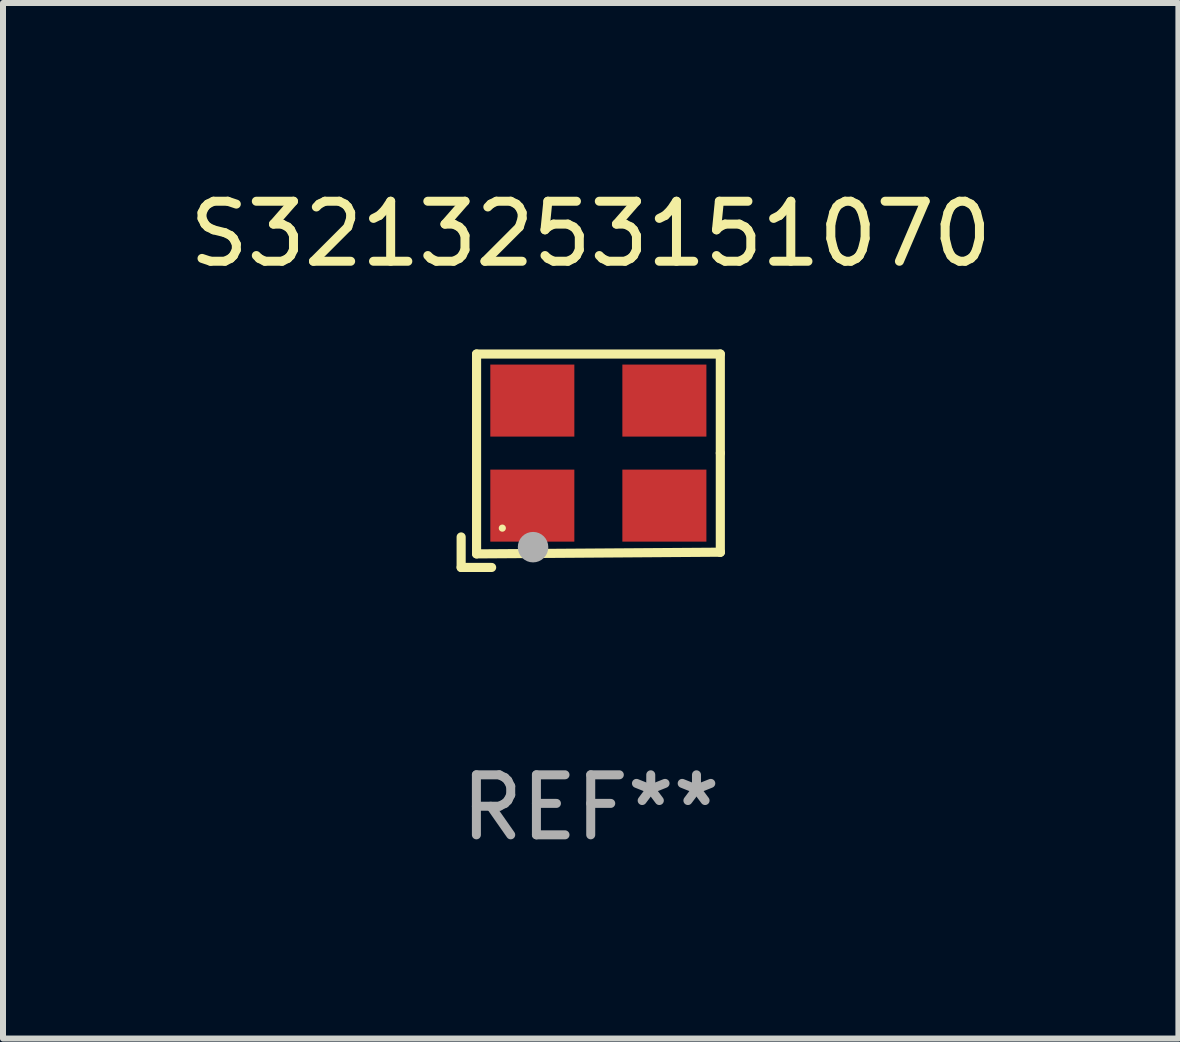
<source format=kicad_pcb>
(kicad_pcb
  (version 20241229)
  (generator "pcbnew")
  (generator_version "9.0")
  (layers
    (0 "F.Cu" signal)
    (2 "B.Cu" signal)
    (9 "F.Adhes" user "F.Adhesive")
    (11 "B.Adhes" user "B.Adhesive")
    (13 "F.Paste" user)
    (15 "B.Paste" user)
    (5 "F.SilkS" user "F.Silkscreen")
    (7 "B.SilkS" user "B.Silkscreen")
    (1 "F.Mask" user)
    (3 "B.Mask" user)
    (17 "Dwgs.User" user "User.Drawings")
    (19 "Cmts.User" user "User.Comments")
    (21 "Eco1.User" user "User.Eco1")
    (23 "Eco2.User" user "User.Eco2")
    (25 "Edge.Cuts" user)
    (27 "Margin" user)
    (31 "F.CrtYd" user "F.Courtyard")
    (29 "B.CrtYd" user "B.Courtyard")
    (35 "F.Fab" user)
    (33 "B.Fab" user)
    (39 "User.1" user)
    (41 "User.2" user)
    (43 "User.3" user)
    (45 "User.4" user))
  (footprint "S3213253151070"
    (layer "F.Cu")
    (at 6.792 4.626)
    (property "Reference" "S3213253151070" (at 0 -3.778 0) (layer "F.SilkS") (effects (font (size 1 1) (thickness 0.15))))
    (attr through_hole)
    (fp_line (start -2.159 1.27) (end -2.159 1.778) (stroke (width 0.152) (type solid)) (layer "F.SilkS"))
    (fp_line (start -2.159 1.778) (end -1.651 1.778) (stroke (width 0.152) (type solid)) (layer "F.SilkS"))
    (fp_line (start -1.902 -1.778) (end 2.159 -1.778) (stroke (width 0.152) (type solid)) (layer "F.SilkS"))
    (fp_line (start -1.902 1.552) (end -1.902 -1.778) (stroke (width 0.152) (type solid)) (layer "F.SilkS"))
    (fp_line (start 2.159 -1.778) (end 2.159 -0.127) (stroke (width 0.152) (type solid)) (layer "F.SilkS"))
    (fp_line (start 2.159 -0.127) (end 2.159 1.524) (stroke (width 0.152) (type solid)) (layer "F.SilkS"))
    (fp_line (start 2.159 1.524) (end -1.902 1.552) (stroke (width 0.152) (type solid)) (layer "F.SilkS"))
    (fp_line (start 2.159 1.524) (end 2.159 1.524) (stroke (width 0.152) (type solid)) (layer "F.SilkS"))
    (fp_circle (center -1.473 1.123) (end -1.443 1.123) (stroke (width 0.06) (type solid)) (fill no) (layer "F.SilkS"))
    (fp_circle (center -0.961 1.44) (end -0.834 1.44) (stroke (width 0.254) (type solid)) (fill no) (layer "F.Fab"))
    (fp_text user "REF**" (at 0 5.778 0) (layer "F.Fab") (effects (font (size 1 1) (thickness 0.15))))
    (pad "1" smd rect (at -0.973 0.748) (size 1.4 1.2) (layers "F.Cu" "F.Mask" "F.Paste"))
    (pad "2" smd rect (at 1.227 0.748) (size 1.4 1.2) (layers "F.Cu" "F.Mask" "F.Paste"))
    (pad "3" smd rect (at 1.227 -1.002) (size 1.4 1.2) (layers "F.Cu" "F.Mask" "F.Paste"))
    (pad "4" smd rect (at -0.973 -1.002) (size 1.4 1.2) (layers "F.Cu" "F.Mask" "F.Paste")))
  (gr_rect
    (start -3 -3)
    (end 16.583 14.253)
    (stroke (width 0.1) (type default))
    (fill no)
    (layer "Edge.Cuts")))
</source>
